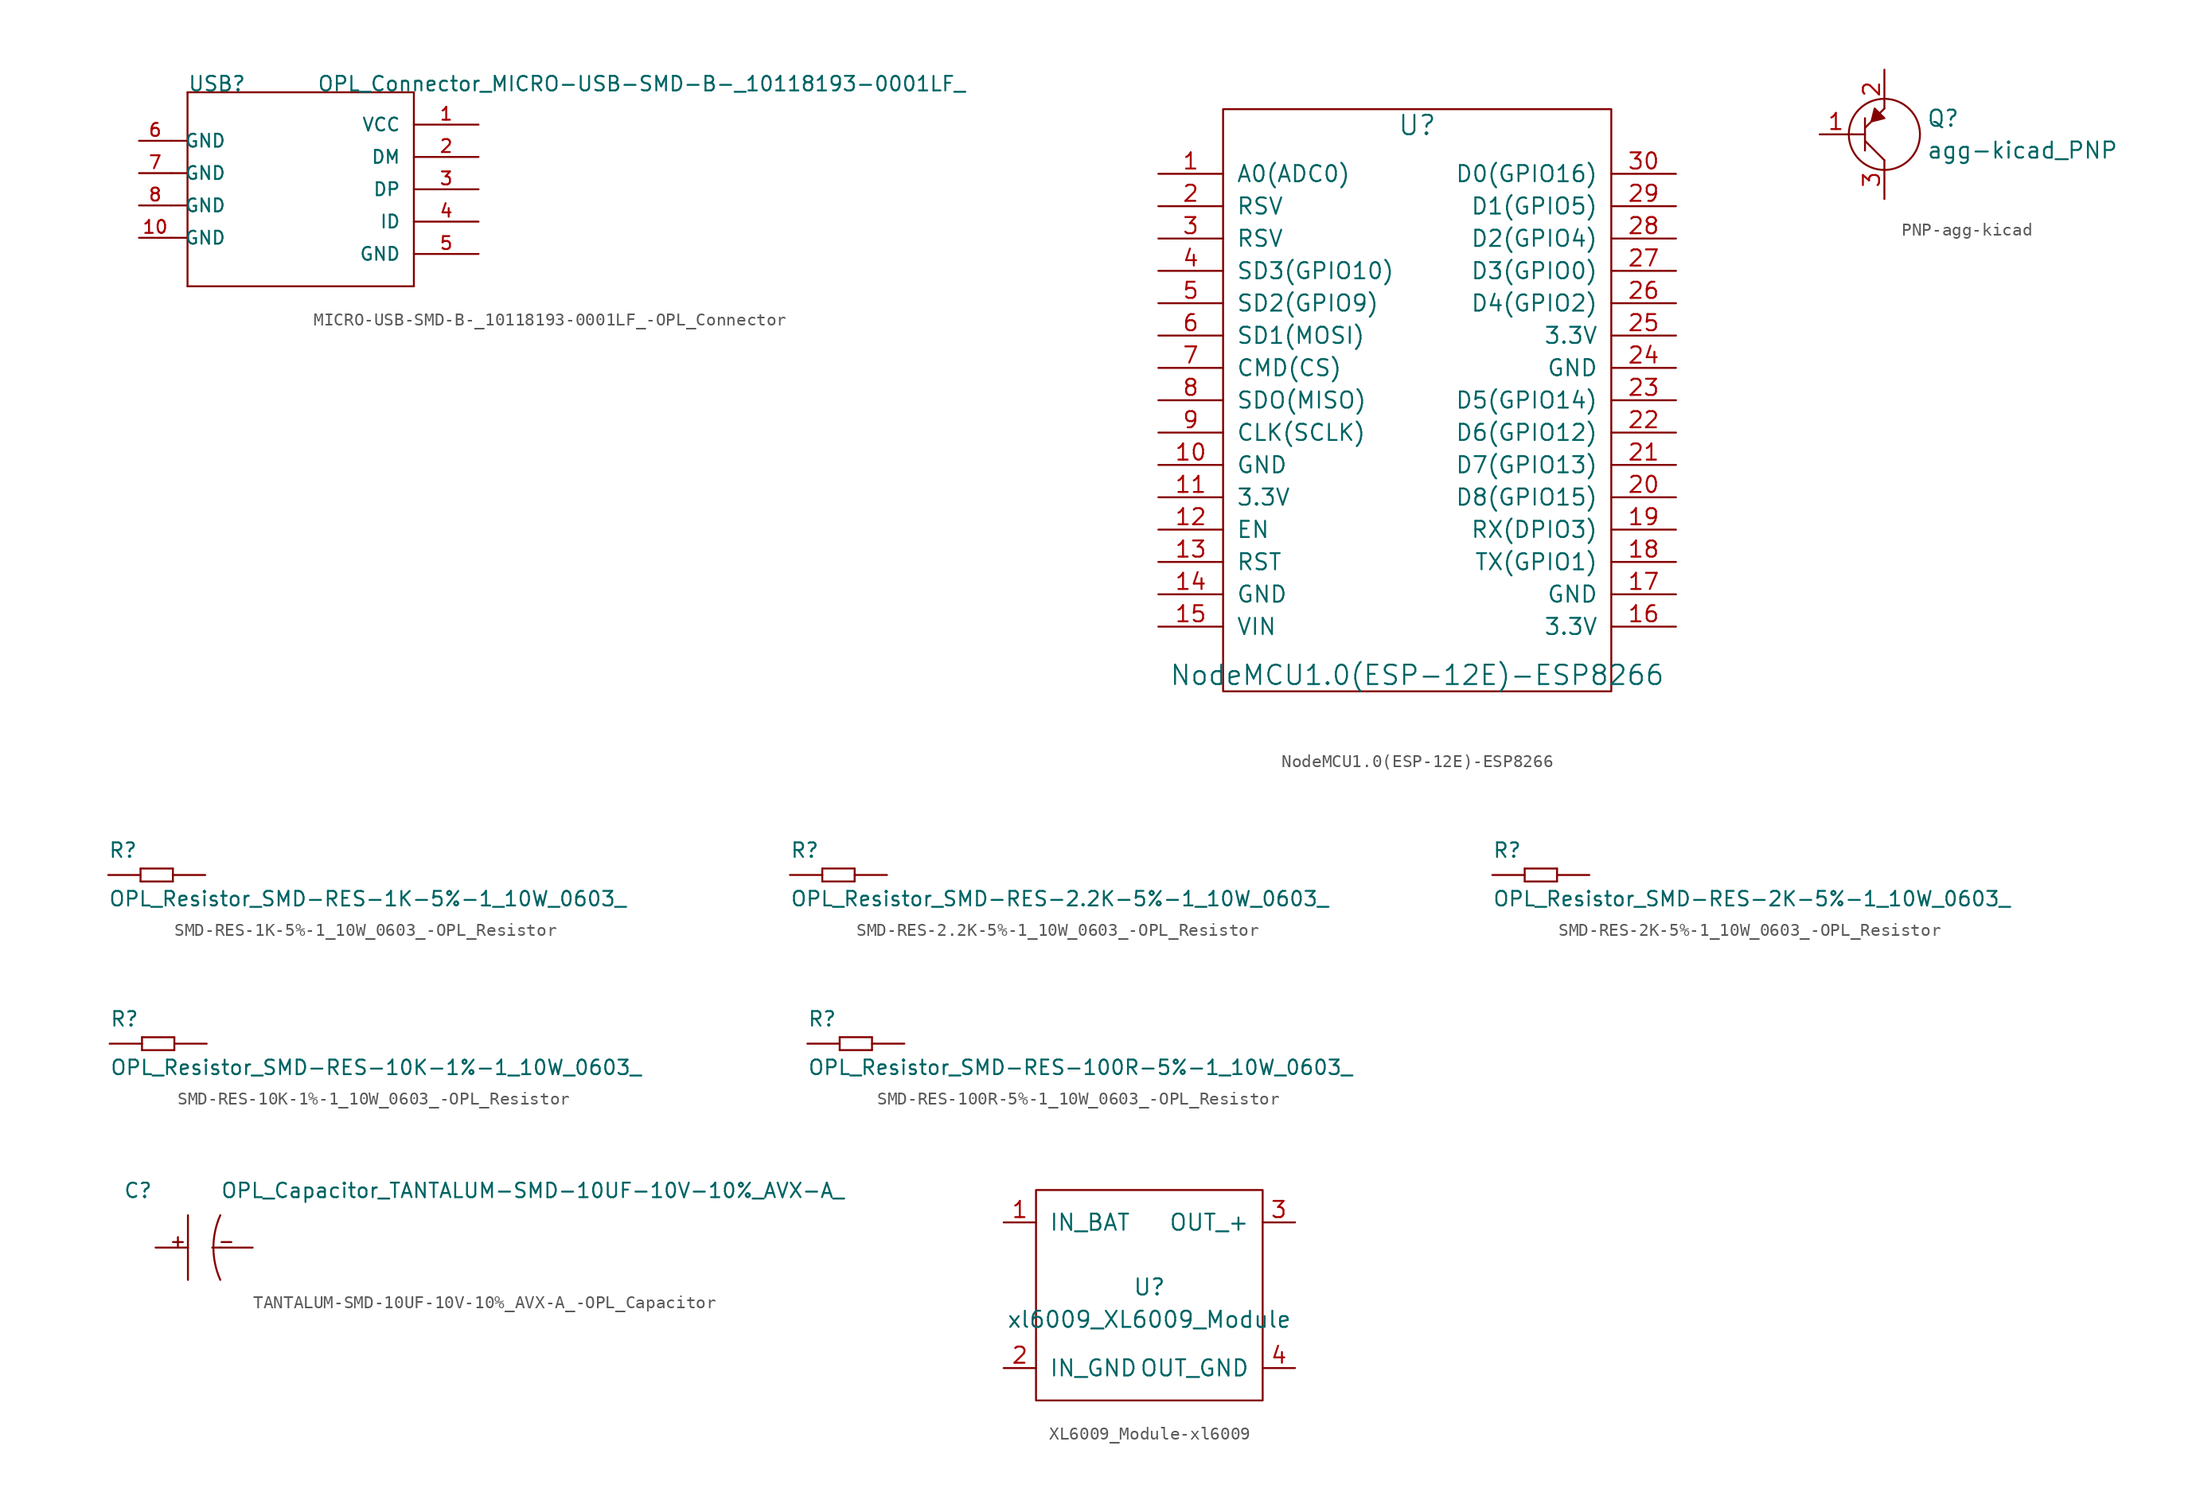
<source format=kicad_sym>
(kicad_symbol_lib
  (version 20220914)
  (generator kicad_symbol_editor)
  (symbol "MICRO-USB-SMD-B-_10118193-0001LF_-OPL_Connector"
    (pin_names
      (offset 1.016))
    (property "Reference" "USB"
      (at -8.89 7.62 0)
      (effects (font (size 1.143 1.143)) (justify left bottom)))
    (property "Value" "OPL_Connector_MICRO-USB-SMD-B-_10118193-0001LF_"
      (at 1.27 7.62 0)
      (effects (font (size 1.143 1.143)) (justify left bottom)))
    (property "ki_locked" ""
      (at 0 0 0)
      (effects (font (size 1.27 1.27))))
    (symbol "MICRO-USB-SMD-B-_10118193-0001LF_-OPL_Connector_1_0"
      (polyline (pts (xy -10.16 -3.81) (xy -8.89 -3.81)) (stroke (width 0) (type solid)) (fill (type none)))
      (polyline (pts (xy -10.16 -1.27) (xy -8.89 -1.27)) (stroke (width 0) (type solid)) (fill (type none)))
      (polyline (pts (xy -10.16 1.27) (xy -8.89 1.27)) (stroke (width 0) (type solid)) (fill (type none)))
      (polyline (pts (xy -10.16 3.81) (xy -8.89 3.81)) (stroke (width 0) (type solid)) (fill (type none)))
      (polyline (pts (xy -8.89 -7.62) (xy -8.89 -3.81)) (stroke (width 0) (type solid)) (fill (type none)))
      (polyline (pts (xy -8.89 -3.81) (xy -8.89 -1.27)) (stroke (width 0) (type solid)) (fill (type none)))
      (polyline (pts (xy -8.89 -1.27) (xy -8.89 1.27)) (stroke (width 0) (type solid)) (fill (type none)))
      (polyline (pts (xy -8.89 1.27) (xy -8.89 3.81)) (stroke (width 0) (type solid)) (fill (type none)))
      (polyline (pts (xy -8.89 3.81) (xy -8.89 7.62)) (stroke (width 0) (type solid)) (fill (type none)))
      (polyline (pts (xy -8.89 7.62) (xy 8.89 7.62)) (stroke (width 0) (type solid)) (fill (type none)))
      (polyline (pts (xy 8.89 -7.62) (xy -8.89 -7.62)) (stroke (width 0) (type solid)) (fill (type none)))
      (polyline (pts (xy 8.89 7.62) (xy 8.89 -7.62)) (stroke (width 0) (type solid)) (fill (type none))))
    (symbol "MICRO-USB-SMD-B-_10118193-0001LF_-OPL_Connector_1_1"
      (pin bidirectional line (at 13.97 5.08 180) (length 5.08) (name "VCC" (effects (font (size 1.016 1.016)))) (number "1" (effects (font (size 1.016 1.016)))))
      (pin bidirectional line (at -12.7 -3.81 0) (length 2.54) (name "GND" (effects (font (size 1.016 1.016)))) (number "10" (effects (font (size 1.016 1.016)))))
      (pin bidirectional line (at -12.7 -3.81 0) (length 2.54) hide (name "GND" (effects (font (size 1.016 1.016)))) (number "11" (effects (font (size 1.016 1.016)))))
      (pin bidirectional line (at 13.97 2.54 180) (length 5.08) (name "DM" (effects (font (size 1.016 1.016)))) (number "2" (effects (font (size 1.016 1.016)))))
      (pin bidirectional line (at 13.97 0 180) (length 5.08) (name "DP" (effects (font (size 1.016 1.016)))) (number "3" (effects (font (size 1.016 1.016)))))
      (pin bidirectional line (at 13.97 -2.54 180) (length 5.08) (name "ID" (effects (font (size 1.016 1.016)))) (number "4" (effects (font (size 1.016 1.016)))))
      (pin bidirectional line (at 13.97 -5.08 180) (length 5.08) (name "GND" (effects (font (size 1.016 1.016)))) (number "5" (effects (font (size 1.016 1.016)))))
      (pin bidirectional line (at -12.7 3.81 0) (length 2.54) (name "GND" (effects (font (size 1.016 1.016)))) (number "6" (effects (font (size 1.016 1.016)))))
      (pin bidirectional line (at -12.7 1.27 0) (length 2.54) (name "GND" (effects (font (size 1.016 1.016)))) (number "7" (effects (font (size 1.016 1.016)))))
      (pin bidirectional line (at -12.7 -1.27 0) (length 2.54) (name "GND" (effects (font (size 1.016 1.016)))) (number "8" (effects (font (size 1.016 1.016)))))
      (pin bidirectional line (at -12.7 -1.27 0) (length 2.54) hide (name "GND" (effects (font (size 1.016 1.016)))) (number "9" (effects (font (size 1.016 1.016)))))))
  (symbol "NodeMCU1.0(ESP-12E)-ESP8266"
    (pin_names
      (offset 1.016))
    (property "Reference" "U"
      (at 0 21.59 0)
      (effects (font (size 1.524 1.524))))
    (property "Value" "NodeMCU1.0(ESP-12E)-ESP8266"
      (at 0 -21.59 0)
      (effects (font (size 1.524 1.524))))
    (property "Footprint" ""
      (at -15.24 -21.59 0)
      (effects (font (size 1.524 1.524))))
    (property "Datasheet" ""
      (at -15.24 -21.59 0)
      (effects (font (size 1.524 1.524))))
    (symbol "NodeMCU1.0(ESP-12E)-ESP8266_0_1"
      (rectangle (start -15.24 -22.86) (end 15.24 22.86) (stroke (width 0) (type solid)) (fill (type none))))
    (symbol "NodeMCU1.0(ESP-12E)-ESP8266_1_1"
      (pin input line (at -20.32 17.78 0) (length 5.08) (name "A0(ADC0)" (effects (font (size 1.27 1.27)))) (number "1" (effects (font (size 1.27 1.27)))))
      (pin input line (at -20.32 -5.08 0) (length 5.08) (name "GND" (effects (font (size 1.27 1.27)))) (number "10" (effects (font (size 1.27 1.27)))))
      (pin input line (at -20.32 -7.62 0) (length 5.08) (name "3.3V" (effects (font (size 1.27 1.27)))) (number "11" (effects (font (size 1.27 1.27)))))
      (pin input line (at -20.32 -10.16 0) (length 5.08) (name "EN" (effects (font (size 1.27 1.27)))) (number "12" (effects (font (size 1.27 1.27)))))
      (pin input line (at -20.32 -12.7 0) (length 5.08) (name "RST" (effects (font (size 1.27 1.27)))) (number "13" (effects (font (size 1.27 1.27)))))
      (pin input line (at -20.32 -15.24 0) (length 5.08) (name "GND" (effects (font (size 1.27 1.27)))) (number "14" (effects (font (size 1.27 1.27)))))
      (pin input line (at -20.32 -17.78 0) (length 5.08) (name "VIN" (effects (font (size 1.27 1.27)))) (number "15" (effects (font (size 1.27 1.27)))))
      (pin input line (at 20.32 -17.78 180) (length 5.08) (name "3.3V" (effects (font (size 1.27 1.27)))) (number "16" (effects (font (size 1.27 1.27)))))
      (pin input line (at 20.32 -15.24 180) (length 5.08) (name "GND" (effects (font (size 1.27 1.27)))) (number "17" (effects (font (size 1.27 1.27)))))
      (pin input line (at 20.32 -12.7 180) (length 5.08) (name "TX(GPIO1)" (effects (font (size 1.27 1.27)))) (number "18" (effects (font (size 1.27 1.27)))))
      (pin input line (at 20.32 -10.16 180) (length 5.08) (name "RX(DPIO3)" (effects (font (size 1.27 1.27)))) (number "19" (effects (font (size 1.27 1.27)))))
      (pin input line (at -20.32 15.24 0) (length 5.08) (name "RSV" (effects (font (size 1.27 1.27)))) (number "2" (effects (font (size 1.27 1.27)))))
      (pin input line (at 20.32 -7.62 180) (length 5.08) (name "D8(GPIO15)" (effects (font (size 1.27 1.27)))) (number "20" (effects (font (size 1.27 1.27)))))
      (pin input line (at 20.32 -5.08 180) (length 5.08) (name "D7(GPIO13)" (effects (font (size 1.27 1.27)))) (number "21" (effects (font (size 1.27 1.27)))))
      (pin input line (at 20.32 -2.54 180) (length 5.08) (name "D6(GPIO12)" (effects (font (size 1.27 1.27)))) (number "22" (effects (font (size 1.27 1.27)))))
      (pin input line (at 20.32 0 180) (length 5.08) (name "D5(GPIO14)" (effects (font (size 1.27 1.27)))) (number "23" (effects (font (size 1.27 1.27)))))
      (pin input line (at 20.32 2.54 180) (length 5.08) (name "GND" (effects (font (size 1.27 1.27)))) (number "24" (effects (font (size 1.27 1.27)))))
      (pin input line (at 20.32 5.08 180) (length 5.08) (name "3.3V" (effects (font (size 1.27 1.27)))) (number "25" (effects (font (size 1.27 1.27)))))
      (pin input line (at 20.32 7.62 180) (length 5.08) (name "D4(GPIO2)" (effects (font (size 1.27 1.27)))) (number "26" (effects (font (size 1.27 1.27)))))
      (pin input line (at 20.32 10.16 180) (length 5.08) (name "D3(GPIO0)" (effects (font (size 1.27 1.27)))) (number "27" (effects (font (size 1.27 1.27)))))
      (pin input line (at 20.32 12.7 180) (length 5.08) (name "D2(GPIO4)" (effects (font (size 1.27 1.27)))) (number "28" (effects (font (size 1.27 1.27)))))
      (pin input line (at 20.32 15.24 180) (length 5.08) (name "D1(GPIO5)" (effects (font (size 1.27 1.27)))) (number "29" (effects (font (size 1.27 1.27)))))
      (pin input line (at -20.32 12.7 0) (length 5.08) (name "RSV" (effects (font (size 1.27 1.27)))) (number "3" (effects (font (size 1.27 1.27)))))
      (pin input line (at 20.32 17.78 180) (length 5.08) (name "D0(GPIO16)" (effects (font (size 1.27 1.27)))) (number "30" (effects (font (size 1.27 1.27)))))
      (pin input line (at -20.32 10.16 0) (length 5.08) (name "SD3(GPIO10)" (effects (font (size 1.27 1.27)))) (number "4" (effects (font (size 1.27 1.27)))))
      (pin input line (at -20.32 7.62 0) (length 5.08) (name "SD2(GPIO9)" (effects (font (size 1.27 1.27)))) (number "5" (effects (font (size 1.27 1.27)))))
      (pin input line (at -20.32 5.08 0) (length 5.08) (name "SD1(MOSI)" (effects (font (size 1.27 1.27)))) (number "6" (effects (font (size 1.27 1.27)))))
      (pin input line (at -20.32 2.54 0) (length 5.08) (name "CMD(CS)" (effects (font (size 1.27 1.27)))) (number "7" (effects (font (size 1.27 1.27)))))
      (pin input line (at -20.32 0 0) (length 5.08) (name "SDO(MISO)" (effects (font (size 1.27 1.27)))) (number "8" (effects (font (size 1.27 1.27)))))
      (pin input line (at -20.32 -2.54 0) (length 5.08) (name "CLK(SCLK)" (effects (font (size 1.27 1.27)))) (number "9" (effects (font (size 1.27 1.27)))))))
  (symbol "PNP-agg-kicad"
    (pin_names
      (offset 0) hide)
    (property "Reference" "Q"
      (at 3.302 0.508 0)
      (effects (font (size 1.27 1.27)) (justify left bottom)))
    (property "Value" "agg-kicad_PNP"
      (at 3.302 -0.508 0)
      (effects (font (size 1.27 1.27)) (justify left top)))
    (symbol "PNP-agg-kicad_0_1"
      (polyline (pts (xy -2.54 0) (xy -1.524 0)) (stroke (width 0) (type solid)) (fill (type none)))
      (polyline (pts (xy -1.524 -1.27) (xy -1.524 1.27)) (stroke (width 0) (type solid)) (fill (type none)))
      (polyline (pts (xy 0 -2.032) (xy -1.524 -0.508)) (stroke (width 0) (type solid)) (fill (type none)))
      (polyline (pts (xy 0 2.032) (xy -1.524 0.508)) (stroke (width 0) (type solid)) (fill (type none)))
      (polyline (pts (xy 0 1.27) (xy -0.762 2.032) (xy -1.016 1.016) (xy 0 1.27)) (stroke (width 0) (type solid)) (fill (type outline)))
      (circle (center 0 0) (radius 2.794) (stroke (width 0) (type solid)) (fill (type none))))
    (symbol "PNP-agg-kicad_1_1"
      (pin passive line (at -5.08 0 0) (length 2.54) (name "B" (effects (font (size 1.27 1.27)))) (number "1" (effects (font (size 1.27 1.27)))))
      (pin passive line (at 0 5.08 270) (length 3.048) (name "E" (effects (font (size 1.27 1.27)))) (number "2" (effects (font (size 1.27 1.27)))))
      (pin passive line (at 0 -5.08 90) (length 3.048) (name "C" (effects (font (size 1.27 1.27)))) (number "3" (effects (font (size 1.27 1.27)))))))
  (symbol "SMD-RES-1K-5%-1_10W_0603_-OPL_Resistor"
    (pin_numbers hide)
    (pin_names
      (offset 1.016) hide)
    (property "Reference" "R"
      (at -3.81 1.27 0)
      (effects (font (size 1.143 1.143)) (justify left bottom)))
    (property "Value" "OPL_Resistor_SMD-RES-1K-5%-1_10W_0603_"
      (at -3.81 -2.54 0)
      (effects (font (size 1.143 1.143)) (justify left bottom)))
    (property "ki_locked" ""
      (at 0 0 0)
      (effects (font (size 1.27 1.27))))
    (symbol "SMD-RES-1K-5%-1_10W_0603_-OPL_Resistor_1_0"
      (polyline (pts (xy -1.27 -0.508) (xy -1.27 0.508)) (stroke (width 0) (type solid)) (fill (type none)))
      (polyline (pts (xy -1.27 0.508) (xy 1.27 0.508)) (stroke (width 0) (type solid)) (fill (type none)))
      (polyline (pts (xy 1.27 -0.508) (xy -1.27 -0.508)) (stroke (width 0) (type solid)) (fill (type none)))
      (polyline (pts (xy 1.27 0.508) (xy 1.27 -0.508)) (stroke (width 0) (type solid)) (fill (type none))))
    (symbol "SMD-RES-1K-5%-1_10W_0603_-OPL_Resistor_1_1"
      (pin passive line (at -3.81 0 0) (length 2.54) (name "1" (effects (font (size 1.016 1.016)))) (number "1" (effects (font (size 1.016 1.016)))))
      (pin passive line (at 3.81 0 180) (length 2.54) (name "2" (effects (font (size 1.016 1.016)))) (number "2" (effects (font (size 1.016 1.016)))))))
  (symbol "SMD-RES-2.2K-5%-1_10W_0603_-OPL_Resistor"
    (pin_numbers hide)
    (pin_names
      (offset 1.016) hide)
    (property "Reference" "R"
      (at -3.81 1.27 0)
      (effects (font (size 1.143 1.143)) (justify left bottom)))
    (property "Value" "OPL_Resistor_SMD-RES-2.2K-5%-1_10W_0603_"
      (at -3.81 -2.54 0)
      (effects (font (size 1.143 1.143)) (justify left bottom)))
    (property "ki_locked" ""
      (at 0 0 0)
      (effects (font (size 1.27 1.27))))
    (symbol "SMD-RES-2.2K-5%-1_10W_0603_-OPL_Resistor_1_0"
      (polyline (pts (xy -1.27 -0.508) (xy -1.27 0.508)) (stroke (width 0) (type solid)) (fill (type none)))
      (polyline (pts (xy -1.27 0.508) (xy 1.27 0.508)) (stroke (width 0) (type solid)) (fill (type none)))
      (polyline (pts (xy 1.27 -0.508) (xy -1.27 -0.508)) (stroke (width 0) (type solid)) (fill (type none)))
      (polyline (pts (xy 1.27 0.508) (xy 1.27 -0.508)) (stroke (width 0) (type solid)) (fill (type none))))
    (symbol "SMD-RES-2.2K-5%-1_10W_0603_-OPL_Resistor_1_1"
      (pin passive line (at -3.81 0 0) (length 2.54) (name "1" (effects (font (size 1.016 1.016)))) (number "1" (effects (font (size 1.016 1.016)))))
      (pin passive line (at 3.81 0 180) (length 2.54) (name "2" (effects (font (size 1.016 1.016)))) (number "2" (effects (font (size 1.016 1.016)))))))
  (symbol "SMD-RES-2K-5%-1_10W_0603_-OPL_Resistor"
    (pin_numbers hide)
    (pin_names
      (offset 1.016) hide)
    (property "Reference" "R"
      (at -3.81 1.27 0)
      (effects (font (size 1.143 1.143)) (justify left bottom)))
    (property "Value" "OPL_Resistor_SMD-RES-2K-5%-1_10W_0603_"
      (at -3.81 -2.54 0)
      (effects (font (size 1.143 1.143)) (justify left bottom)))
    (property "ki_locked" ""
      (at 0 0 0)
      (effects (font (size 1.27 1.27))))
    (symbol "SMD-RES-2K-5%-1_10W_0603_-OPL_Resistor_1_0"
      (polyline (pts (xy -1.27 -0.508) (xy -1.27 0.508)) (stroke (width 0) (type solid)) (fill (type none)))
      (polyline (pts (xy -1.27 0.508) (xy 1.27 0.508)) (stroke (width 0) (type solid)) (fill (type none)))
      (polyline (pts (xy 1.27 -0.508) (xy -1.27 -0.508)) (stroke (width 0) (type solid)) (fill (type none)))
      (polyline (pts (xy 1.27 0.508) (xy 1.27 -0.508)) (stroke (width 0) (type solid)) (fill (type none))))
    (symbol "SMD-RES-2K-5%-1_10W_0603_-OPL_Resistor_1_1"
      (pin passive line (at -3.81 0 0) (length 2.54) (name "1" (effects (font (size 1.016 1.016)))) (number "1" (effects (font (size 1.016 1.016)))))
      (pin passive line (at 3.81 0 180) (length 2.54) (name "2" (effects (font (size 1.016 1.016)))) (number "2" (effects (font (size 1.016 1.016)))))))
  (symbol "SMD-RES-10K-1%-1_10W_0603_-OPL_Resistor"
    (pin_numbers hide)
    (pin_names
      (offset 1.016) hide)
    (property "Reference" "R"
      (at -3.81 1.27 0)
      (effects (font (size 1.143 1.143)) (justify left bottom)))
    (property "Value" "OPL_Resistor_SMD-RES-10K-1%-1_10W_0603_"
      (at -3.81 -2.54 0)
      (effects (font (size 1.143 1.143)) (justify left bottom)))
    (property "ki_locked" ""
      (at 0 0 0)
      (effects (font (size 1.27 1.27))))
    (symbol "SMD-RES-10K-1%-1_10W_0603_-OPL_Resistor_1_0"
      (polyline (pts (xy -1.27 -0.508) (xy -1.27 0.508)) (stroke (width 0) (type solid)) (fill (type none)))
      (polyline (pts (xy -1.27 0.508) (xy 1.27 0.508)) (stroke (width 0) (type solid)) (fill (type none)))
      (polyline (pts (xy 1.27 -0.508) (xy -1.27 -0.508)) (stroke (width 0) (type solid)) (fill (type none)))
      (polyline (pts (xy 1.27 0.508) (xy 1.27 -0.508)) (stroke (width 0) (type solid)) (fill (type none))))
    (symbol "SMD-RES-10K-1%-1_10W_0603_-OPL_Resistor_1_1"
      (pin passive line (at -3.81 0 0) (length 2.54) (name "1" (effects (font (size 1.016 1.016)))) (number "1" (effects (font (size 1.016 1.016)))))
      (pin passive line (at 3.81 0 180) (length 2.54) (name "2" (effects (font (size 1.016 1.016)))) (number "2" (effects (font (size 1.016 1.016)))))))
  (symbol "SMD-RES-100R-5%-1_10W_0603_-OPL_Resistor"
    (pin_numbers hide)
    (pin_names
      (offset 1.016) hide)
    (property "Reference" "R"
      (at -3.81 1.27 0)
      (effects (font (size 1.143 1.143)) (justify left bottom)))
    (property "Value" "OPL_Resistor_SMD-RES-100R-5%-1_10W_0603_"
      (at -3.81 -2.54 0)
      (effects (font (size 1.143 1.143)) (justify left bottom)))
    (property "ki_locked" ""
      (at 0 0 0)
      (effects (font (size 1.27 1.27))))
    (symbol "SMD-RES-100R-5%-1_10W_0603_-OPL_Resistor_1_0"
      (polyline (pts (xy -1.27 -0.508) (xy -1.27 0.508)) (stroke (width 0) (type solid)) (fill (type none)))
      (polyline (pts (xy -1.27 0.508) (xy 1.27 0.508)) (stroke (width 0) (type solid)) (fill (type none)))
      (polyline (pts (xy 1.27 -0.508) (xy -1.27 -0.508)) (stroke (width 0) (type solid)) (fill (type none)))
      (polyline (pts (xy 1.27 0.508) (xy 1.27 -0.508)) (stroke (width 0) (type solid)) (fill (type none))))
    (symbol "SMD-RES-100R-5%-1_10W_0603_-OPL_Resistor_1_1"
      (pin passive line (at -3.81 0 0) (length 2.54) (name "1" (effects (font (size 1.016 1.016)))) (number "1" (effects (font (size 1.016 1.016)))))
      (pin passive line (at 3.81 0 180) (length 2.54) (name "2" (effects (font (size 1.016 1.016)))) (number "2" (effects (font (size 1.016 1.016)))))))
  (symbol "TANTALUM-SMD-10UF-10V-10%_AVX-A_-OPL_Capacitor"
    (pin_numbers hide)
    (pin_names
      (offset 1.016) hide)
    (property "Reference" "C"
      (at -6.35 3.81 0)
      (effects (font (size 1.143 1.143)) (justify left bottom)))
    (property "Value" "OPL_Capacitor_TANTALUM-SMD-10UF-10V-10%_AVX-A_"
      (at 1.27 3.81 0)
      (effects (font (size 1.143 1.143)) (justify left bottom)))
    (property "ki_locked" ""
      (at 0 0 0)
      (effects (font (size 1.27 1.27))))
    (symbol "TANTALUM-SMD-10UF-10V-10%_AVX-A_-OPL_Capacitor_1_0"
      (polyline (pts (xy -1.27 2.54) (xy -1.27 -2.54)) (stroke (width 0) (type solid)) (fill (type none)))
      (polyline (pts (xy 1.27 0) (xy 0.635 0)) (stroke (width 0) (type solid)) (fill (type none)))
      (text "+" (at -2.057 0.508 0) (effects (font (size 1.016 1.016))))
      (text "-" (at 1.753 0.508 0) (effects (font (size 1.016 1.016)))))
    (symbol "TANTALUM-SMD-10UF-10V-10%_AVX-A_-OPL_Capacitor_1_1"
      (arc (start 1.27 2.54) (mid 0.731 0) (end 1.27 -2.54) (stroke (width 0) (type solid)) (fill (type none)))
      (pin passive line (at -3.81 0 0) (length 2.54) (name "+" (effects (font (size 1.016 1.016)))) (number "1" (effects (font (size 1.016 1.016)))))
      (pin passive line (at 3.81 0 180) (length 2.54) (name "-" (effects (font (size 1.016 1.016)))) (number "2" (effects (font (size 1.016 1.016)))))))
  (symbol "XL6009_Module-xl6009"
    (pin_names
      (offset 1.016))
    (property "Reference" "U"
      (at 0 0 0)
      (effects (font (size 1.27 1.27))))
    (property "Value" "xl6009_XL6009_Module"
      (at 0 -2.54 0)
      (effects (font (size 1.27 1.27))))
    (symbol "XL6009_Module-xl6009_0_1"
      (rectangle (start -8.89 7.62) (end 8.89 -8.89) (stroke (width 0) (type solid)) (fill (type none))))
    (symbol "XL6009_Module-xl6009_1_1"
      (pin input line (at -11.43 5.08 0) (length 2.54) (name "IN_BAT" (effects (font (size 1.27 1.27)))) (number "1" (effects (font (size 1.27 1.27)))))
      (pin input line (at -11.43 -6.35 0) (length 2.54) (name "IN_GND" (effects (font (size 1.27 1.27)))) (number "2" (effects (font (size 1.27 1.27)))))
      (pin output line (at 11.43 5.08 180) (length 2.54) (name "OUT_+" (effects (font (size 1.27 1.27)))) (number "3" (effects (font (size 1.27 1.27)))))
      (pin output line (at 11.43 -6.35 180) (length 2.54) (name "OUT_GND" (effects (font (size 1.27 1.27)))) (number "4" (effects (font (size 1.27 1.27))))))))
</source>
